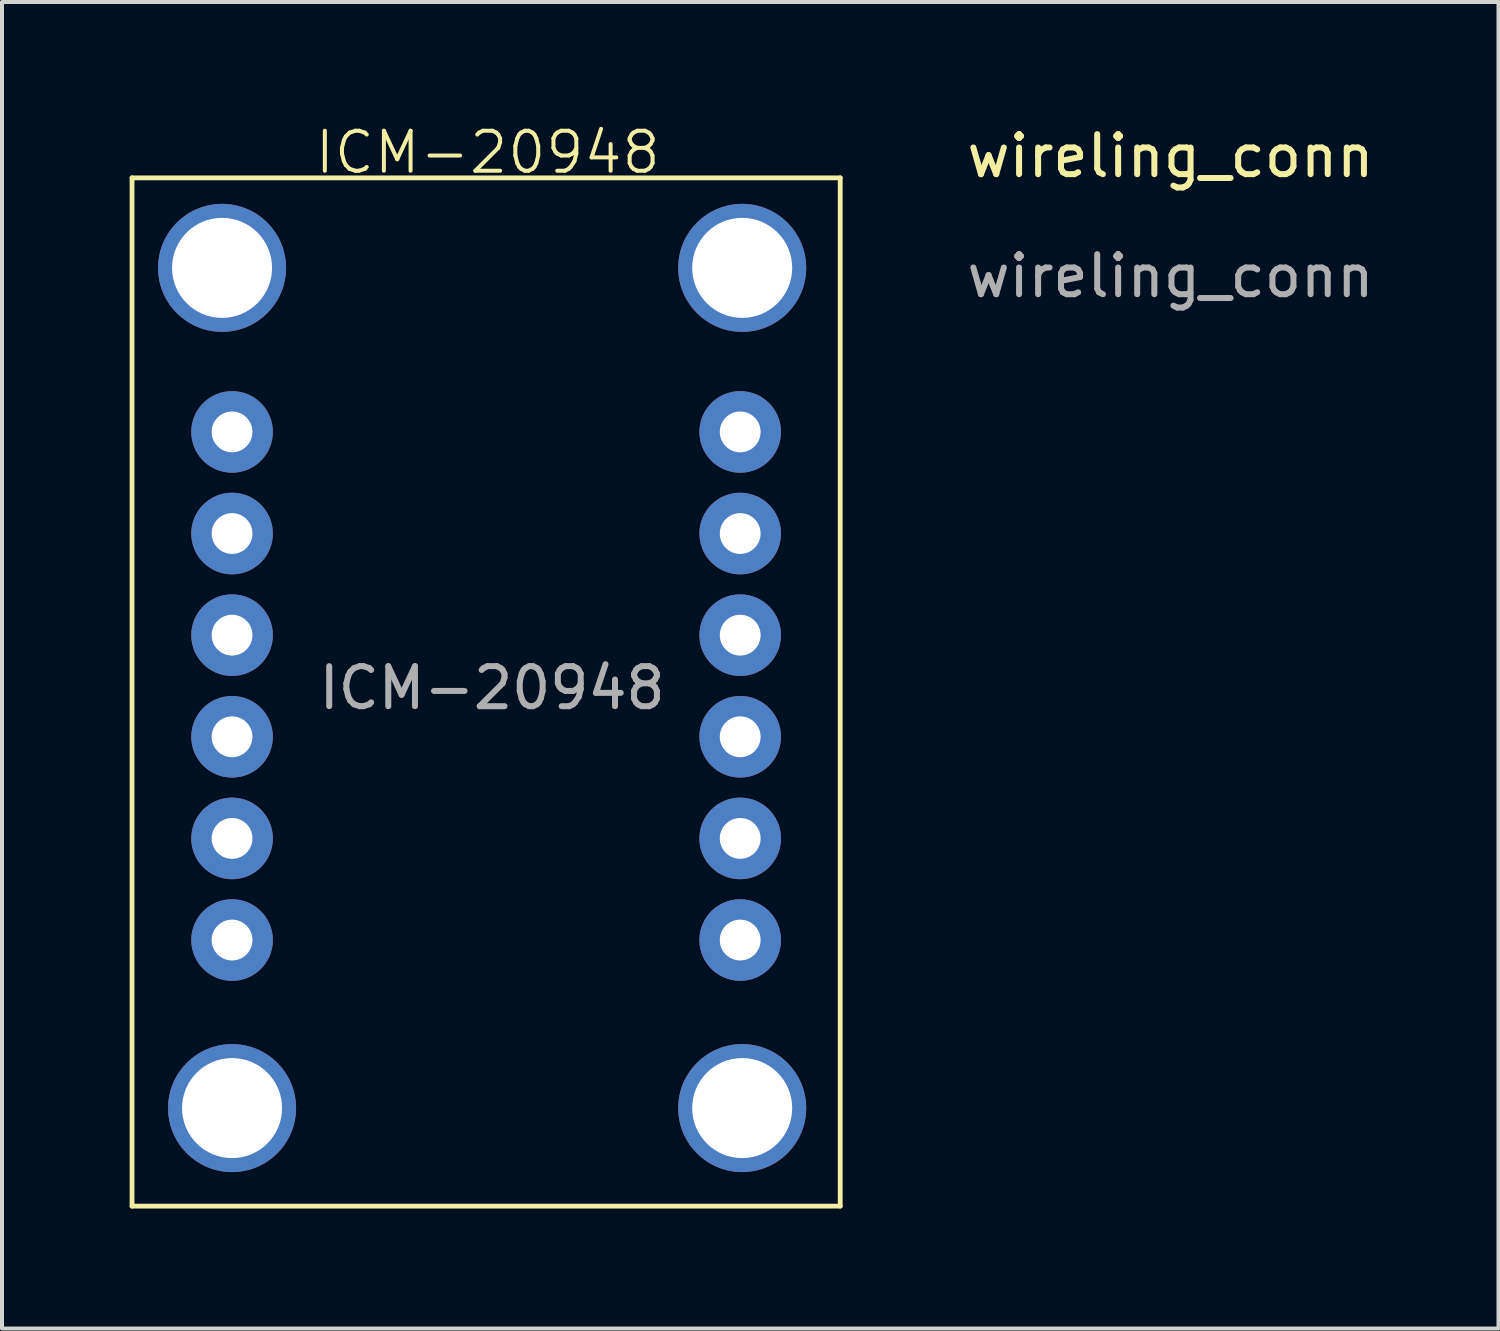
<source format=kicad_pcb>
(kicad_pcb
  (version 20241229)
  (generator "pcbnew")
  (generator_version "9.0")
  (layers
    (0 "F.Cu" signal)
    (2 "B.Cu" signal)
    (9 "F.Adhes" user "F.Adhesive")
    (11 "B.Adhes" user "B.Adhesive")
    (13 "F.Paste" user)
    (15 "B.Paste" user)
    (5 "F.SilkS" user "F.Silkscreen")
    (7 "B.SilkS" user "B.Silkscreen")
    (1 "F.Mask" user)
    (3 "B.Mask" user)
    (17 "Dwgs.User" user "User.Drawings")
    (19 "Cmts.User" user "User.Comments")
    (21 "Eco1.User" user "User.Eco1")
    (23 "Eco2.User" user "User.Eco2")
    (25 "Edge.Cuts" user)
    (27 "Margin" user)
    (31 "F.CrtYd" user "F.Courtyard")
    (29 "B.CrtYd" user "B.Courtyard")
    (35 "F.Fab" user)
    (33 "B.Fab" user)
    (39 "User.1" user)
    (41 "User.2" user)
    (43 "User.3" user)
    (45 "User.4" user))
  (footprint "ICM-20948"
    (layer "F.Cu")
    (at 0.25 1.395)
    (property "Reference" "ICM-20948" (at 8.89 -0.635 0) (unlocked yes) (layer "F.SilkS") (effects (font (size 1 1) (thickness 0.1))))
    (attr through_hole)
    (fp_line (start 0 0) (end 17.7 0) (stroke (width 0.12) (type solid)) (layer "F.SilkS"))
    (fp_line (start 0 25.7) (end 0 0) (stroke (width 0.12) (type solid)) (layer "F.SilkS"))
    (fp_line (start 17.7 0) (end 17.7 25.7) (stroke (width 0.12) (type solid)) (layer "F.SilkS"))
    (fp_line (start 17.7 25.7) (end 0 25.7) (stroke (width 0.12) (type solid)) (layer "F.SilkS"))
    (fp_text user "${REFERENCE}" (at 9 12.75 0) (unlocked yes) (layer "F.Fab") (effects (font (size 1 1) (thickness 0.15))))
    (pad "" np_thru_hole circle (at 2.25 2.25 270) (size 3.2 3.2) (drill 2.5) (layers "*.Cu" "*.Mask"))
    (pad "" np_thru_hole circle (at 2.5 23.25 270) (size 3.2 3.2) (drill 2.5) (layers "*.Cu" "*.Mask"))
    (pad "" np_thru_hole circle (at 15.25 2.25 270) (size 3.2 3.2) (drill 2.5) (layers "*.Cu" "*.Mask"))
    (pad "" np_thru_hole circle (at 15.25 23.25 270) (size 3.2 3.2) (drill 2.5) (layers "*.Cu" "*.Mask"))
    (pad "1" thru_hole circle (at 2.5 6.35) (size 2.04 2.04) (drill 1.02) (layers "*.Cu" "*.Mask"))
    (pad "2" thru_hole circle (at 2.5 8.89) (size 2.04 2.04) (drill 1.02) (layers "*.Cu" "*.Mask"))
    (pad "3" thru_hole circle (at 2.5 11.43) (size 2.04 2.04) (drill 1.02) (layers "*.Cu" "*.Mask"))
    (pad "4" thru_hole circle (at 2.5 13.97) (size 2.04 2.04) (drill 1.02) (layers "*.Cu" "*.Mask"))
    (pad "5" thru_hole circle (at 2.5 16.51) (size 2.04 2.04) (drill 1.02) (layers "*.Cu" "*.Mask"))
    (pad "6" thru_hole circle (at 2.5 19.05) (size 2.04 2.04) (drill 1.02) (layers "*.Cu" "*.Mask"))
    (pad "7" thru_hole circle (at 15.2 19.05) (size 2.04 2.04) (drill 1.02) (layers "*.Cu" "*.Mask"))
    (pad "8" thru_hole circle (at 15.2 16.51) (size 2.04 2.04) (drill 1.02) (layers "*.Cu" "*.Mask"))
    (pad "9" thru_hole circle (at 15.2 13.97) (size 2.04 2.04) (drill 1.02) (layers "*.Cu" "*.Mask"))
    (pad "10" thru_hole circle (at 15.2 11.43) (size 2.04 2.04) (drill 1.02) (layers "*.Cu" "*.Mask"))
    (pad "11" thru_hole circle (at 15.2 8.89) (size 2.04 2.04) (drill 1.02) (layers "*.Cu" "*.Mask"))
    (pad "12" thru_hole circle (at 15.2 6.35) (size 2.04 2.04) (drill 1.02) (layers "*.Cu" "*.Mask")))
  (footprint "wireling_conn"
    (layer "F.Cu")
    (at 26.206 1.348)
    (property "Reference" "wireling_conn" (at 0 -0.5 0) (unlocked yes) (layer "F.SilkS") (effects (font (size 1 1) (thickness 0.15))))
    (attr smd)
    (fp_text user "${REFERENCE}" (at 0 2.5 0) (unlocked yes) (layer "F.Fab") (effects (font (size 1 1) (thickness 0.15)))))
  (gr_rect
    (start -3 -3)
    (end 34.403 30.155)
    (stroke (width 0.1) (type default))
    (fill no)
    (layer "Edge.Cuts")))
</source>
